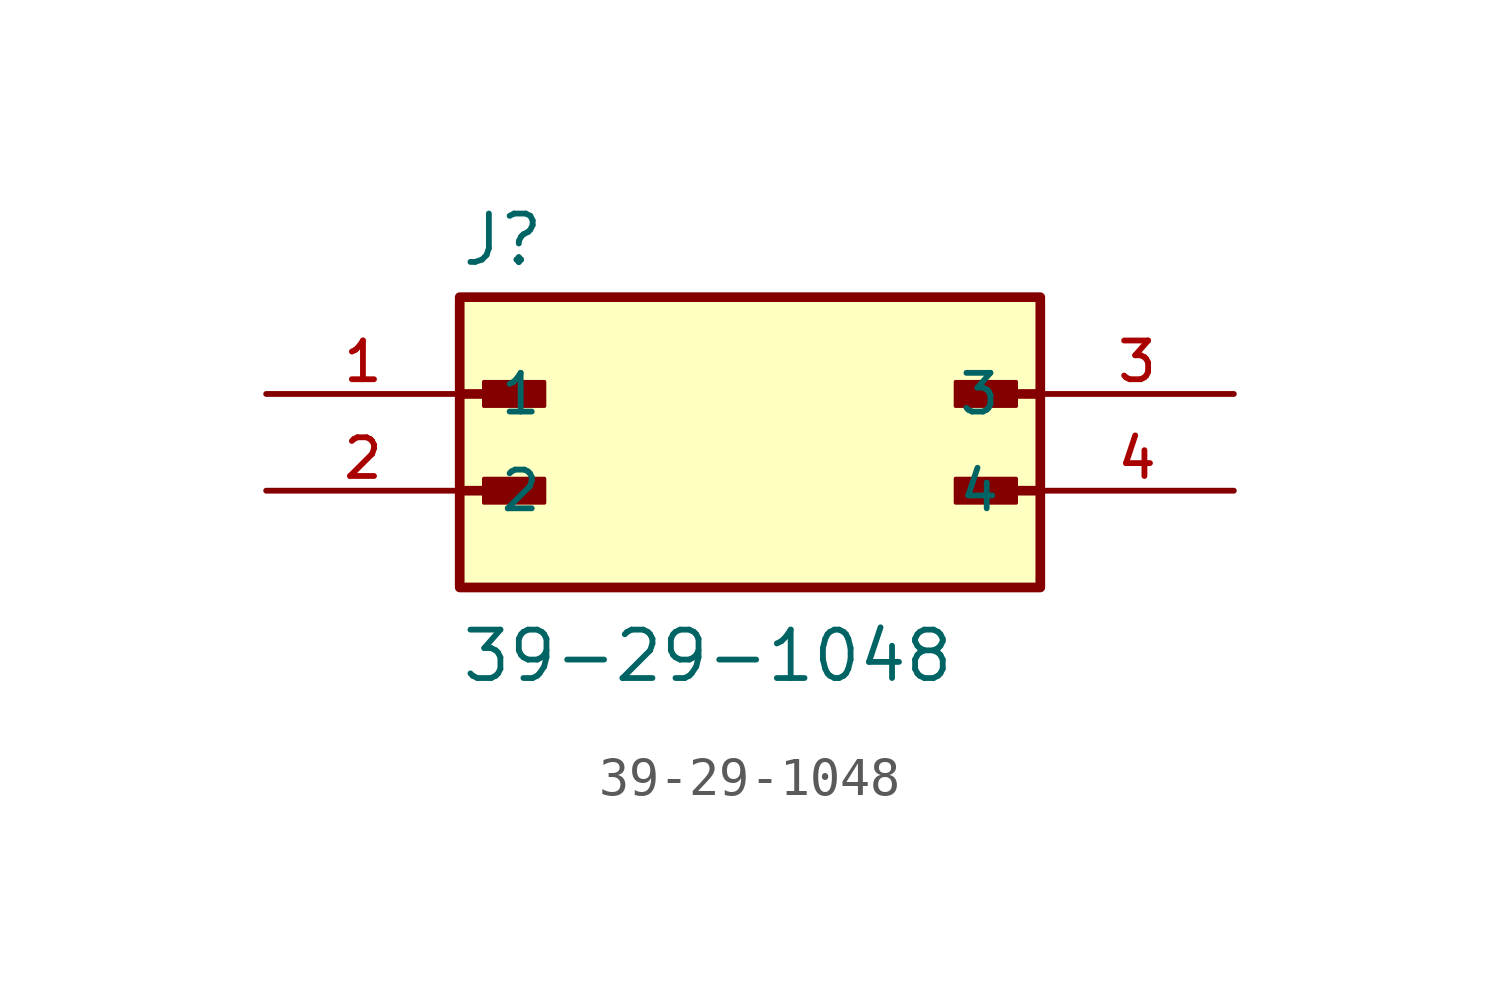
<source format=kicad_sym>
(kicad_symbol_lib
  (version 20211014)
  (generator kicad_symbol_editor)
  (symbol "39-29-1048"
    (pin_names
      (offset 1.016))
    (property "Reference" "J"
      (at -7.62 3.302 0)
      (effects (font (size 1.27 1.27)) (justify bottom left)))
    (property "Value" "39-29-1048"
      (at -7.62 -7.62 0)
      (effects (font (size 1.27 1.27)) (justify bottom left)))
    (symbol "39-29-1048_0_0"
      (polyline (pts (xy -7.62 0.0) (xy -5.715 0.0)) (stroke (width 0.254)))
      (rectangle (start -6.985 -0.318) (end -5.397 0.318) (stroke (width 0.1)) (fill (type outline)))
      (polyline (pts (xy -7.62 -2.54) (xy -5.715 -2.54)) (stroke (width 0.254)))
      (rectangle (start -6.985 -2.857) (end -5.397 -2.223) (stroke (width 0.1)) (fill (type outline)))
      (polyline (pts (xy 7.62 -2.54) (xy 5.715 -2.54)) (stroke (width 0.254)))
      (rectangle (start 5.397 -2.857) (end 6.985 -2.223) (stroke (width 0.1)) (fill (type outline)))
      (polyline (pts (xy 7.62 0.0) (xy 5.715 0.0)) (stroke (width 0.254)))
      (rectangle (start 5.397 -0.318) (end 6.985 0.318) (stroke (width 0.1)) (fill (type outline)))
      (rectangle (start -7.62 -5.08) (end 7.62 2.54) (stroke (width 0.254)) (fill (type background)))
      (pin passive line (at -12.7 0.0 0) (length 5.08) (name "1" (effects (font (size 1.016 1.016)))) (number "1" (effects (font (size 1.016 1.016)))))
      (pin passive line (at -12.7 -2.54 0) (length 5.08) (name "2" (effects (font (size 1.016 1.016)))) (number "2" (effects (font (size 1.016 1.016)))))
      (pin passive line (at 12.7 0.0 180.0) (length 5.08) (name "3" (effects (font (size 1.016 1.016)))) (number "3" (effects (font (size 1.016 1.016)))))
      (pin passive line (at 12.7 -2.54 180.0) (length 5.08) (name "4" (effects (font (size 1.016 1.016)))) (number "4" (effects (font (size 1.016 1.016))))))))
</source>
